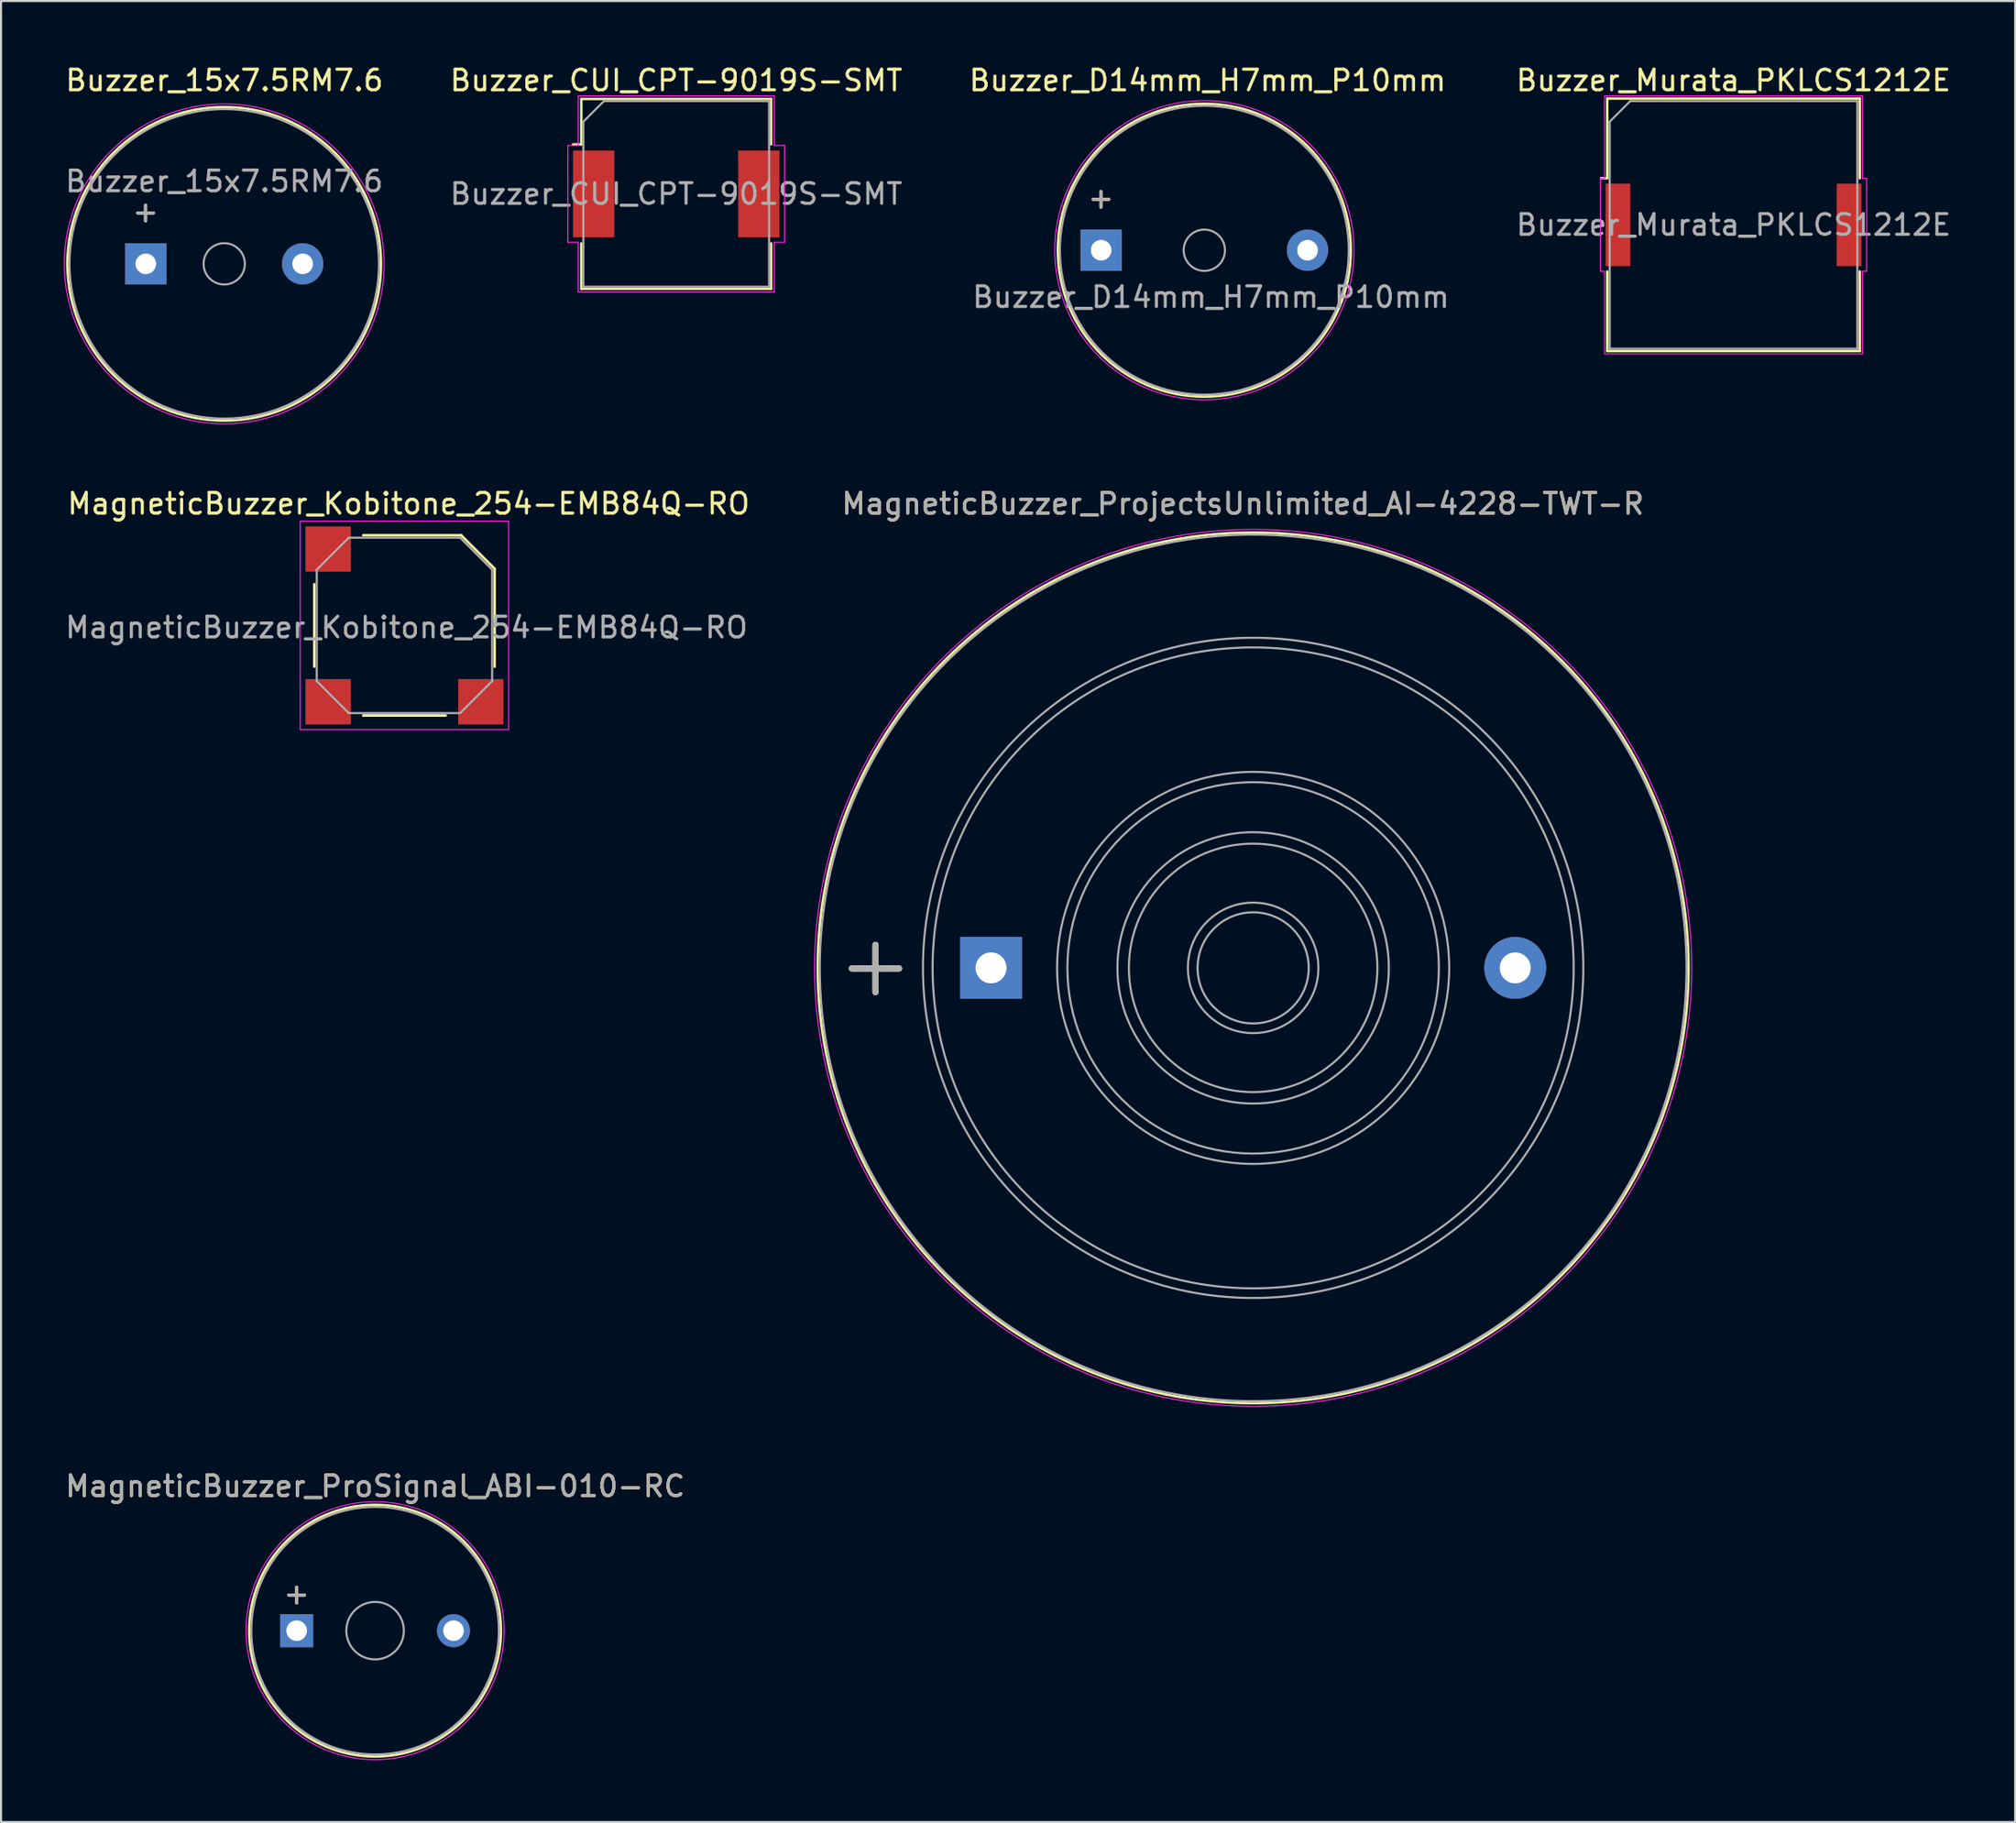
<source format=kicad_pcb>
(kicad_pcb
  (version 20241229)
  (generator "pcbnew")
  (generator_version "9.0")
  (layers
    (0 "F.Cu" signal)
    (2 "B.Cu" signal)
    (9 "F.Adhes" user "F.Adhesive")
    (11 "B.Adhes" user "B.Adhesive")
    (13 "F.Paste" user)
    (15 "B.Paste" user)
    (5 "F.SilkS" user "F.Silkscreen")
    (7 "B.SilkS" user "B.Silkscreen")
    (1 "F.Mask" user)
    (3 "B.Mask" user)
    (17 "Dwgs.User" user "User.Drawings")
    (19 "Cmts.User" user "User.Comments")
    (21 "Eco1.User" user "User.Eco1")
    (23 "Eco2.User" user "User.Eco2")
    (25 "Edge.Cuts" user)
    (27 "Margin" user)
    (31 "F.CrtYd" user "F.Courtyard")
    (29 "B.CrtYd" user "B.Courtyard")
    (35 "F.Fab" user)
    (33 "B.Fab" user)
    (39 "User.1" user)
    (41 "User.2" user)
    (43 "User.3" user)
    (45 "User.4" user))
  (footprint "MagneticBuzzer_Kobitone_254-EMB84Q-RO"
    (layer "F.Cu")
    (at 16.549 27.262)
    (property "Reference" "MagneticBuzzer_Kobitone_254-EMB84Q-RO" (at 0.2 -5.9 0) (layer "F.SilkS") (effects (font (size 1 1) (thickness 0.15))))
    (attr smd)
    (fp_line (start -4.37 -2) (end -4.37 2) (stroke (width 0.12) (type solid)) (layer "F.SilkS"))
    (fp_line (start -2 4.37) (end 2 4.37) (stroke (width 0.12) (type solid)) (layer "F.SilkS"))
    (fp_line (start 2.75 -4.37) (end -2 -4.37) (stroke (width 0.12) (type solid)) (layer "F.SilkS"))
    (fp_line (start 2.75 -4.37) (end 4.37 -2.75) (stroke (width 0.12) (type solid)) (layer "F.SilkS"))
    (fp_line (start 4.37 2) (end 4.37 -2.75) (stroke (width 0.12) (type solid)) (layer "F.SilkS"))
    (fp_line (start -5.05 -5.05) (end 5.05 -5.05) (stroke (width 0.05) (type solid)) (layer "F.CrtYd"))
    (fp_line (start -5.05 5.05) (end -5.05 -5.05) (stroke (width 0.05) (type solid)) (layer "F.CrtYd"))
    (fp_line (start 5.05 -5.05) (end 5.05 5.05) (stroke (width 0.05) (type solid)) (layer "F.CrtYd"))
    (fp_line (start 5.05 5.05) (end -5.05 5.05) (stroke (width 0.05) (type solid)) (layer "F.CrtYd"))
    (fp_line (start -4.25 -2.7) (end -2.7 -4.25) (stroke (width 0.1) (type solid)) (layer "F.Fab"))
    (fp_line (start -4.25 2.7) (end -4.25 -2.7) (stroke (width 0.1) (type solid)) (layer "F.Fab"))
    (fp_line (start -2.7 -4.25) (end 2.7 -4.25) (stroke (width 0.1) (type solid)) (layer "F.Fab"))
    (fp_line (start -2.7 4.25) (end -4.25 2.7) (stroke (width 0.1) (type solid)) (layer "F.Fab"))
    (fp_line (start 2.7 -4.25) (end 4.25 -2.7) (stroke (width 0.1) (type solid)) (layer "F.Fab"))
    (fp_line (start 2.7 4.25) (end -2.7 4.25) (stroke (width 0.1) (type solid)) (layer "F.Fab"))
    (fp_line (start 4.25 -2.7) (end 4.25 2.7) (stroke (width 0.1) (type solid)) (layer "F.Fab"))
    (fp_line (start 4.25 2.7) (end 2.7 4.25) (stroke (width 0.1) (type solid)) (layer "F.Fab"))
    (fp_text user "${REFERENCE}" (at 0.1 0.1 0) (layer "F.Fab") (effects (font (size 1 1) (thickness 0.15))))
    (pad "1" smd rect (at -3.7 -3.7 270) (size 2.195 2.195) (layers "F.Cu" "F.Mask" "F.Paste"))
    (pad "2" smd rect (at -3.7 3.7 270) (size 2.195 2.195) (layers "F.Cu" "F.Mask" "F.Paste"))
    (pad "3" smd rect (at 3.7 3.7 270) (size 2.195 2.195) (layers "F.Cu" "F.Mask" "F.Paste")))
  (footprint "MagneticBuzzer_ProSignal_ABI-010-RC"
    (layer "F.Cu")
    (at 11.325 75.985)
    (property "Reference" "MagneticBuzzer_ProSignal_ABI-010-RC" (at 3.8 -7 0) (layer "F.SilkS") (effects (font (size 1 1) (thickness 0.15))))
    (attr through_hole)
    (fp_circle (center 3.8 0) (end 9.9 0) (stroke (width 0.12) (type solid)) (fill no) (layer "F.SilkS"))
    (fp_circle (center 3.8 0) (end 10.05 0) (stroke (width 0.05) (type solid)) (fill no) (layer "F.CrtYd"))
    (fp_circle (center 3.8 0) (end 5.1 0.5) (stroke (width 0.1) (type solid)) (fill no) (layer "F.Fab"))
    (fp_circle (center 3.8 0) (end 9.8 0) (stroke (width 0.1) (type solid)) (fill no) (layer "F.Fab"))
    (fp_text user "+" (at 0 -1.8 0) (layer "F.SilkS") (effects (font (size 1 1) (thickness 0.15))))
    (fp_text user "${REFERENCE}" (at 3.8 -7 0) (layer "F.Fab") (effects (font (size 1 1) (thickness 0.15))))
    (fp_text user "+" (at 0 -1.8 0) (layer "F.Fab") (effects (font (size 1 1) (thickness 0.15))))
    (pad "1" thru_hole rect (at 0 0) (size 1.6 1.6) (drill 1) (layers "*.Cu" "*.Mask"))
    (pad "2" thru_hole circle (at 7.6 0) (size 1.6 1.6) (drill 1) (layers "*.Cu" "*.Mask")))
  (footprint "Buzzer_Murata_PKLCS1212E"
    (layer "F.Cu")
    (at 80.95 7.848)
    (property "Reference" "Buzzer_Murata_PKLCS1212E" (at 0 -7 0) (layer "F.SilkS") (effects (font (size 1 1) (thickness 0.15))))
    (attr smd)
    (fp_line (start -6.12 -6.12) (end 6.12 -6.12) (stroke (width 0.12) (type solid)) (layer "F.SilkS"))
    (fp_line (start -6.12 -2.26) (end -6.42 -2.26) (stroke (width 0.12) (type solid)) (layer "F.SilkS"))
    (fp_line (start -6.12 -2.26) (end -6.12 -6.12) (stroke (width 0.12) (type solid)) (layer "F.SilkS"))
    (fp_line (start -6.12 6.12) (end -6.12 2.26) (stroke (width 0.12) (type solid)) (layer "F.SilkS"))
    (fp_line (start 6.12 -6.12) (end 6.12 -2.26) (stroke (width 0.12) (type solid)) (layer "F.SilkS"))
    (fp_line (start 6.12 2.26) (end 6.12 6.12) (stroke (width 0.12) (type solid)) (layer "F.SilkS"))
    (fp_line (start 6.12 6.12) (end -6.12 6.12) (stroke (width 0.12) (type solid)) (layer "F.SilkS"))
    (fp_line (start -6.45 2.25) (end -6.45 -2.25) (stroke (width 0.05) (type solid)) (layer "F.CrtYd"))
    (fp_line (start -6.25 -6.25) (end 6.25 -6.25) (stroke (width 0.05) (type solid)) (layer "F.CrtYd"))
    (fp_line (start -6.25 -2.25) (end -6.45 -2.25) (stroke (width 0.05) (type solid)) (layer "F.CrtYd"))
    (fp_line (start -6.25 -2.25) (end -6.25 -6.25) (stroke (width 0.05) (type solid)) (layer "F.CrtYd"))
    (fp_line (start -6.25 2.25) (end -6.45 2.25) (stroke (width 0.05) (type solid)) (layer "F.CrtYd"))
    (fp_line (start -6.25 6.25) (end -6.25 2.25) (stroke (width 0.05) (type solid)) (layer "F.CrtYd"))
    (fp_line (start 6.25 -2.25) (end 6.25 -6.25) (stroke (width 0.05) (type solid)) (layer "F.CrtYd"))
    (fp_line (start 6.25 -2.25) (end 6.45 -2.25) (stroke (width 0.05) (type solid)) (layer "F.CrtYd"))
    (fp_line (start 6.25 2.25) (end 6.45 2.25) (stroke (width 0.05) (type solid)) (layer "F.CrtYd"))
    (fp_line (start 6.25 6.25) (end -6.25 6.25) (stroke (width 0.05) (type solid)) (layer "F.CrtYd"))
    (fp_line (start 6.25 6.25) (end 6.25 2.25) (stroke (width 0.05) (type solid)) (layer "F.CrtYd"))
    (fp_line (start 6.45 2.25) (end 6.45 -2.25) (stroke (width 0.05) (type solid)) (layer "F.CrtYd"))
    (fp_line (start -6 -5) (end -5 -6) (stroke (width 0.1) (type solid)) (layer "F.Fab"))
    (fp_line (start -6 6) (end -6 -5) (stroke (width 0.1) (type solid)) (layer "F.Fab"))
    (fp_line (start -5 -6) (end 6 -6) (stroke (width 0.1) (type solid)) (layer "F.Fab"))
    (fp_line (start 6 -6) (end 6 6) (stroke (width 0.1) (type solid)) (layer "F.Fab"))
    (fp_line (start 6 6) (end -6 6) (stroke (width 0.1) (type solid)) (layer "F.Fab"))
    (fp_text user "${REFERENCE}" (at 0 0 0) (layer "F.Fab") (effects (font (size 1 1) (thickness 0.15))))
    (pad "1" smd rect (at -5.6 0) (size 1.2 4) (layers "F.Cu" "F.Mask" "F.Paste"))
    (pad "2" smd rect (at 5.6 0) (size 1.2 4) (layers "F.Cu" "F.Mask" "F.Paste")))
  (footprint "Buzzer_D14mm_H7mm_P10mm"
    (layer "F.Cu")
    (at 50.308 9.078)
    (property "Reference" "Buzzer_D14mm_H7mm_P10mm" (at 5.16 -8.23 0) (layer "F.SilkS") (effects (font (size 1 1) (thickness 0.15))))
    (attr through_hole)
    (fp_circle (center 5 0) (end 12.1 0) (stroke (width 0.12) (type solid)) (fill no) (layer "F.SilkS"))
    (fp_circle (center 5 0) (end 12.25 0) (stroke (width 0.05) (type solid)) (fill no) (layer "F.CrtYd"))
    (fp_circle (center 5 0) (end 6 0) (stroke (width 0.1) (type solid)) (fill no) (layer "F.Fab"))
    (fp_circle (center 5 0) (end 12 0) (stroke (width 0.1) (type solid)) (fill no) (layer "F.Fab"))
    (fp_text user "+" (at -0.01 -2.54 0) (layer "F.SilkS") (effects (font (size 1 1) (thickness 0.15))))
    (fp_text user "+" (at -0.01 -2.54 0) (layer "F.Fab") (effects (font (size 1 1) (thickness 0.15))))
    (fp_text user "${REFERENCE}" (at 5.32 2.27 0) (layer "F.Fab") (effects (font (size 1 1) (thickness 0.15))))
    (pad "1" thru_hole rect (at 0 0) (size 2 2) (drill 1) (layers "*.Cu" "*.Mask"))
    (pad "2" thru_hole circle (at 10 0) (size 2 2) (drill 1) (layers "*.Cu" "*.Mask")))
  (footprint "MagneticBuzzer_ProjectsUnlimited_AI-4228-TWT-R"
    (layer "F.Cu")
    (at 44.973 43.861)
    (property "Reference" "MagneticBuzzer_ProjectsUnlimited_AI-4228-TWT-R" (at 12.2 -22.5 0) (layer "F.SilkS") (effects (font (size 1 1) (thickness 0.15))))
    (attr through_hole)
    (fp_circle (center 12.7 0) (end 33.8 0) (stroke (width 0.12) (type solid)) (fill no) (layer "F.SilkS"))
    (fp_circle (center 12.7 0) (end 33.95 0) (stroke (width 0.05) (type solid)) (fill no) (layer "F.CrtYd"))
    (fp_circle (center 12.7 0) (end 15.2 1) (stroke (width 0.1) (type solid)) (fill no) (layer "F.Fab"))
    (fp_circle (center 12.7 0) (end 15.7 1) (stroke (width 0.1) (type solid)) (fill no) (layer "F.Fab"))
    (fp_circle (center 12.7 0) (end 18.7 0.5) (stroke (width 0.1) (type solid)) (fill no) (layer "F.Fab"))
    (fp_circle (center 12.7 0) (end 19.2 1) (stroke (width 0.1) (type solid)) (fill no) (layer "F.Fab"))
    (fp_circle (center 12.7 0) (end 21.7 0) (stroke (width 0.1) (type solid)) (fill no) (layer "F.Fab"))
    (fp_circle (center 12.7 0) (end 22.2 0) (stroke (width 0.1) (type solid)) (fill no) (layer "F.Fab"))
    (fp_circle (center 12.7 0) (end 28.2 1) (stroke (width 0.1) (type solid)) (fill no) (layer "F.Fab"))
    (fp_circle (center 12.7 0) (end 28.7 0) (stroke (width 0.1) (type solid)) (fill no) (layer "F.Fab"))
    (fp_circle (center 12.7 0) (end 33.7 0) (stroke (width 0.1) (type solid)) (fill no) (layer "F.Fab"))
    (fp_text user "+" (at -5.6 -0.2 0) (layer "F.SilkS") (effects (font (size 3 3) (thickness 0.3))))
    (fp_text user "+" (at -5.6 -0.2 0) (layer "F.Fab") (effects (font (size 3 3) (thickness 0.3))))
    (fp_text user "${REFERENCE}" (at 12.2 -22.5 0) (layer "F.Fab") (effects (font (size 1 1) (thickness 0.15))))
    (pad "1" thru_hole rect (at 0 0) (size 3 3) (drill 1.5) (layers "*.Cu" "*.Mask"))
    (pad "2" thru_hole circle (at 25.4 0) (size 3 3) (drill 1.5) (layers "*.Cu" "*.Mask")))
  (footprint "Buzzer_15x7.5RM7.6"
    (layer "F.Cu")
    (at 4.015 9.738)
    (property "Reference" "Buzzer_15x7.5RM7.6" (at 3.81 -8.89 0) (layer "F.SilkS") (effects (font (size 1 1) (thickness 0.15))))
    (attr through_hole)
    (fp_circle (center 3.8 0) (end 11.4 0) (stroke (width 0.12) (type solid)) (fill no) (layer "F.SilkS"))
    (fp_circle (center 3.8 0) (end 11.55 0) (stroke (width 0.05) (type solid)) (fill no) (layer "F.CrtYd"))
    (fp_circle (center 3.8 0) (end 4.8 0) (stroke (width 0.1) (type solid)) (fill no) (layer "F.Fab"))
    (fp_circle (center 3.8 0) (end 11.3 0) (stroke (width 0.1) (type solid)) (fill no) (layer "F.Fab"))
    (fp_text user "+" (at -0.01 -2.54 0) (layer "F.SilkS") (effects (font (size 1 1) (thickness 0.15))))
    (fp_text user "${REFERENCE}" (at 3.8 -4 0) (layer "F.Fab") (effects (font (size 1 1) (thickness 0.15))))
    (fp_text user "+" (at -0.01 -2.54 0) (layer "F.Fab") (effects (font (size 1 1) (thickness 0.15))))
    (pad "1" thru_hole rect (at 0 0) (size 2 2) (drill 1) (layers "*.Cu" "*.Mask"))
    (pad "2" thru_hole circle (at 7.6 0) (size 2 2) (drill 1) (layers "*.Cu" "*.Mask")))
  (footprint "Buzzer_CUI_CPT-9019S-SMT"
    (layer "F.Cu")
    (at 29.718 6.348)
    (property "Reference" "Buzzer_CUI_CPT-9019S-SMT" (at 0 -5.5 0) (layer "F.SilkS") (effects (font (size 1 1) (thickness 0.15))))
    (attr smd)
    (fp_line (start -4.6 -4.6) (end -4.6 -2.4) (stroke (width 0.12) (type solid)) (layer "F.SilkS"))
    (fp_line (start -4.6 -4.6) (end 4.6 -4.6) (stroke (width 0.12) (type solid)) (layer "F.SilkS"))
    (fp_line (start -4.6 -2.4) (end -5 -2.4) (stroke (width 0.12) (type solid)) (layer "F.SilkS"))
    (fp_line (start -4.6 2.4) (end -4.6 4.6) (stroke (width 0.12) (type solid)) (layer "F.SilkS"))
    (fp_line (start 4.6 -4.6) (end 4.6 -2.4) (stroke (width 0.12) (type solid)) (layer "F.SilkS"))
    (fp_line (start 4.6 2.4) (end 4.6 4.6) (stroke (width 0.12) (type solid)) (layer "F.SilkS"))
    (fp_line (start 4.6 4.6) (end -4.6 4.6) (stroke (width 0.12) (type solid)) (layer "F.SilkS"))
    (fp_line (start -5.25 -2.35) (end -4.75 -2.35) (stroke (width 0.05) (type solid)) (layer "F.CrtYd"))
    (fp_line (start -5.25 2.35) (end -5.25 -2.35) (stroke (width 0.05) (type solid)) (layer "F.CrtYd"))
    (fp_line (start -4.75 -4.75) (end 4.75 -4.75) (stroke (width 0.05) (type solid)) (layer "F.CrtYd"))
    (fp_line (start -4.75 -2.35) (end -4.75 -4.75) (stroke (width 0.05) (type solid)) (layer "F.CrtYd"))
    (fp_line (start -4.75 2.35) (end -5.25 2.35) (stroke (width 0.05) (type solid)) (layer "F.CrtYd"))
    (fp_line (start -4.75 4.75) (end -4.75 2.35) (stroke (width 0.05) (type solid)) (layer "F.CrtYd"))
    (fp_line (start 4.75 -4.75) (end 4.75 -2.35) (stroke (width 0.05) (type solid)) (layer "F.CrtYd"))
    (fp_line (start 4.75 -2.35) (end 5.25 -2.35) (stroke (width 0.05) (type solid)) (layer "F.CrtYd"))
    (fp_line (start 4.75 2.35) (end 4.75 4.75) (stroke (width 0.05) (type solid)) (layer "F.CrtYd"))
    (fp_line (start 4.75 4.75) (end -4.75 4.75) (stroke (width 0.05) (type solid)) (layer "F.CrtYd"))
    (fp_line (start 5.25 -2.35) (end 5.25 2.35) (stroke (width 0.05) (type solid)) (layer "F.CrtYd"))
    (fp_line (start 5.25 2.35) (end 4.75 2.35) (stroke (width 0.05) (type solid)) (layer "F.CrtYd"))
    (fp_line (start -4.5 -3.5) (end -4.5 4.5) (stroke (width 0.1) (type solid)) (layer "F.Fab"))
    (fp_line (start -4.5 4.5) (end 4.5 4.5) (stroke (width 0.1) (type solid)) (layer "F.Fab"))
    (fp_line (start -3.5 -4.5) (end -4.5 -3.5) (stroke (width 0.1) (type solid)) (layer "F.Fab"))
    (fp_line (start 4.5 -4.5) (end -3.5 -4.5) (stroke (width 0.1) (type solid)) (layer "F.Fab"))
    (fp_line (start 4.5 4.5) (end 4.5 -4.5) (stroke (width 0.1) (type solid)) (layer "F.Fab"))
    (fp_text user "${REFERENCE}" (at 0 0 0) (layer "F.Fab") (effects (font (size 1 1) (thickness 0.15))))
    (pad "1" smd rect (at -4 0) (size 2 4.2) (layers "F.Cu" "F.Mask" "F.Paste"))
    (pad "2" smd rect (at 4 0) (size 2 4.2) (layers "F.Cu" "F.Mask" "F.Paste")))
  (gr_rect
    (start -3 -3)
    (end 94.599 85.26)
    (stroke (width 0.1) (type default))
    (fill no)
    (layer "Edge.Cuts")))
</source>
